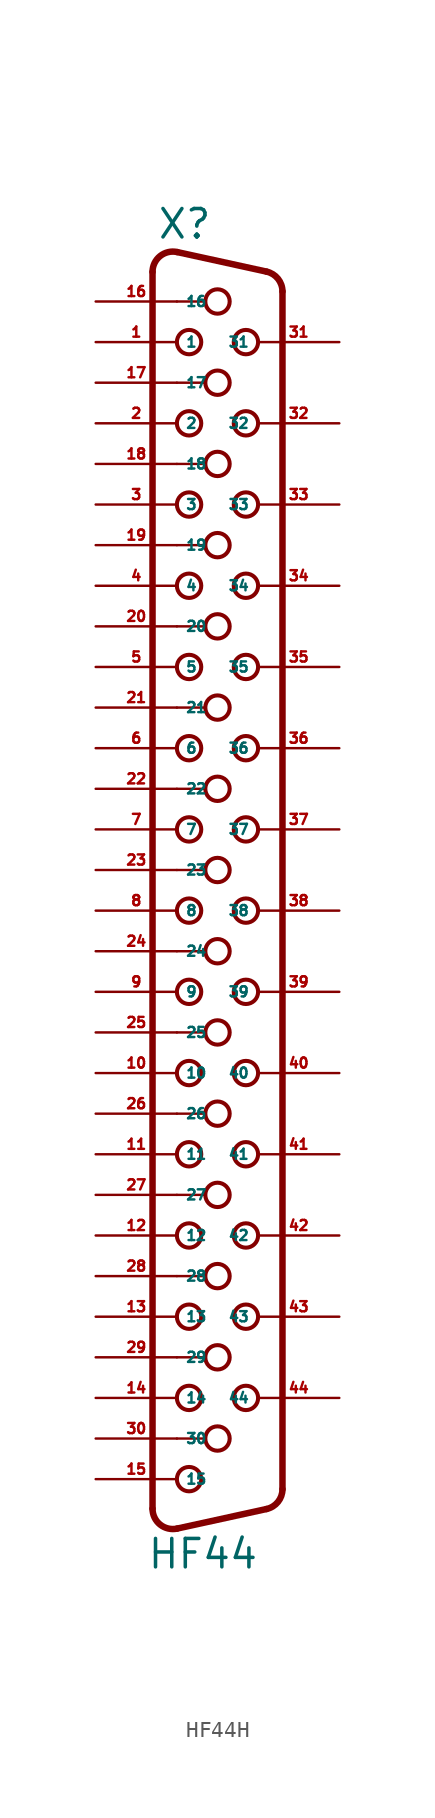
<source format=kicad_sym>
(kicad_symbol_lib
  (version 20220914)
  (generator Eagle2Kicad)
  (symbol "HF44H"
    (property "Reference" "X"
      (at -3.81 36.83 0)
      (effects (font (size 1.778 1.778) (thickness 0.22)) (justify left bottom)))
    (property "Value" "HF44"
      (at -4.445 -46.355 0)
      (effects (font (size 1.778 1.778) (thickness 0.22)) (justify left bottom)))
    (arc
      (start -2.5226 36.112)
      (mid -3.590 35.861)
      (end -4.064 34.8712)
      (stroke (width 0.4064) (type default))
      (fill (type none)))
    (polyline
      (pts (xy -2.523 36.112) (xy 3.065 34.889))
      (stroke (width 0.406) (type default))
      (fill (type none)))
    (arc
      (start 4.0642 33.6488)
      (mid 3.783 34.445)
      (end 3.0654 34.8895)
      (stroke (width 0.4064) (type default))
      (fill (type none)))
    (polyline
      (pts (xy 4.064 -41.269) (xy 4.064 33.649))
      (stroke (width 0.406) (type default))
      (fill (type none)))
    (arc
      (start 3.0654 -42.5094)
      (mid 3.783 -42.065)
      (end 4.064 -41.2688)
      (stroke (width 0.4064) (type default))
      (fill (type none)))
    (polyline
      (pts (xy -4.064 -42.491) (xy -4.064 34.871))
      (stroke (width 0.406) (type default))
      (fill (type none)))
    (polyline
      (pts (xy -2.523 -43.732) (xy 3.065 -42.509))
      (stroke (width 0.406) (type default))
      (fill (type none)))
    (arc
      (start -4.064 -42.4912)
      (mid -3.590 -43.481)
      (end -2.5226 -43.7319)
      (stroke (width 0.4064) (type default))
      (fill (type none)))
    (polyline
      (pts (xy -2.54 33.02) (xy -0.762 33.02))
      (stroke (width 0.152) (type default))
      (fill (type none)))
    (polyline
      (pts (xy -2.54 27.94) (xy -0.762 27.94))
      (stroke (width 0.152) (type default))
      (fill (type none)))
    (polyline
      (pts (xy -2.54 22.86) (xy -0.762 22.86))
      (stroke (width 0.152) (type default))
      (fill (type none)))
    (polyline
      (pts (xy -2.54 17.78) (xy -0.762 17.78))
      (stroke (width 0.152) (type default))
      (fill (type none)))
    (polyline
      (pts (xy -2.54 12.7) (xy -0.762 12.7))
      (stroke (width 0.152) (type default))
      (fill (type none)))
    (polyline
      (pts (xy -2.54 7.62) (xy -0.762 7.62))
      (stroke (width 0.152) (type default))
      (fill (type none)))
    (polyline
      (pts (xy -2.54 2.54) (xy -0.762 2.54))
      (stroke (width 0.152) (type default))
      (fill (type none)))
    (polyline
      (pts (xy -2.54 -2.54) (xy -0.762 -2.54))
      (stroke (width 0.152) (type default))
      (fill (type none)))
    (polyline
      (pts (xy -2.54 -7.62) (xy -0.762 -7.62))
      (stroke (width 0.152) (type default))
      (fill (type none)))
    (polyline
      (pts (xy -2.54 -17.78) (xy -0.762 -17.78))
      (stroke (width 0.152) (type default))
      (fill (type none)))
    (polyline
      (pts (xy -2.54 -22.86) (xy -0.762 -22.86))
      (stroke (width 0.152) (type default))
      (fill (type none)))
    (polyline
      (pts (xy -2.54 -27.94) (xy -0.762 -27.94))
      (stroke (width 0.152) (type default))
      (fill (type none)))
    (polyline
      (pts (xy -2.54 -33.02) (xy -0.762 -33.02))
      (stroke (width 0.152) (type default))
      (fill (type none)))
    (polyline
      (pts (xy -2.54 -38.1) (xy -0.762 -38.1))
      (stroke (width 0.152) (type default))
      (fill (type none)))
    (polyline
      (pts (xy -2.54 -12.7) (xy -0.762 -12.7))
      (stroke (width 0.152) (type default))
      (fill (type none)))
    (circle
      (center 0 33.02)
      (radius 0.762)
      (stroke (width 0.254) (type default))
      (fill (type none)))
    (circle
      (center -1.778 30.48)
      (radius 0.762)
      (stroke (width 0.254) (type default))
      (fill (type none)))
    (circle
      (center 1.778 30.48)
      (radius 0.762)
      (stroke (width 0.254) (type default))
      (fill (type none)))
    (circle
      (center -1.778 25.4)
      (radius 0.762)
      (stroke (width 0.254) (type default))
      (fill (type none)))
    (circle
      (center 1.778 25.4)
      (radius 0.762)
      (stroke (width 0.254) (type default))
      (fill (type none)))
    (circle
      (center -1.778 20.32)
      (radius 0.762)
      (stroke (width 0.254) (type default))
      (fill (type none)))
    (circle
      (center 1.778 20.32)
      (radius 0.762)
      (stroke (width 0.254) (type default))
      (fill (type none)))
    (circle
      (center -1.778 15.24)
      (radius 0.762)
      (stroke (width 0.254) (type default))
      (fill (type none)))
    (circle
      (center 1.778 15.24)
      (radius 0.762)
      (stroke (width 0.254) (type default))
      (fill (type none)))
    (circle
      (center -1.778 10.16)
      (radius 0.762)
      (stroke (width 0.254) (type default))
      (fill (type none)))
    (circle
      (center 0 27.94)
      (radius 0.762)
      (stroke (width 0.254) (type default))
      (fill (type none)))
    (circle
      (center 0 22.86)
      (radius 0.762)
      (stroke (width 0.254) (type default))
      (fill (type none)))
    (circle
      (center 0 17.78)
      (radius 0.762)
      (stroke (width 0.254) (type default))
      (fill (type none)))
    (circle
      (center 0 12.7)
      (radius 0.762)
      (stroke (width 0.254) (type default))
      (fill (type none)))
    (circle
      (center 0 7.62)
      (radius 0.762)
      (stroke (width 0.254) (type default))
      (fill (type none)))
    (circle
      (center 1.778 10.16)
      (radius 0.762)
      (stroke (width 0.254) (type default))
      (fill (type none)))
    (circle
      (center -1.778 5.08)
      (radius 0.762)
      (stroke (width 0.254) (type default))
      (fill (type none)))
    (circle
      (center 1.778 5.08)
      (radius 0.762)
      (stroke (width 0.254) (type default))
      (fill (type none)))
    (circle
      (center -1.778 0)
      (radius 0.762)
      (stroke (width 0.254) (type default))
      (fill (type none)))
    (circle
      (center 1.778 0)
      (radius 0.762)
      (stroke (width 0.254) (type default))
      (fill (type none)))
    (circle
      (center -1.778 -5.08)
      (radius 0.762)
      (stroke (width 0.254) (type default))
      (fill (type none)))
    (circle
      (center 1.778 -5.08)
      (radius 0.762)
      (stroke (width 0.254) (type default))
      (fill (type none)))
    (circle
      (center -1.778 -10.16)
      (radius 0.762)
      (stroke (width 0.254) (type default))
      (fill (type none)))
    (circle
      (center 0 2.54)
      (radius 0.762)
      (stroke (width 0.254) (type default))
      (fill (type none)))
    (circle
      (center 0 -2.54)
      (radius 0.762)
      (stroke (width 0.254) (type default))
      (fill (type none)))
    (circle
      (center 0 -7.62)
      (radius 0.762)
      (stroke (width 0.254) (type default))
      (fill (type none)))
    (circle
      (center 1.778 -10.16)
      (radius 0.762)
      (stroke (width 0.254) (type default))
      (fill (type none)))
    (circle
      (center -1.778 -15.24)
      (radius 0.762)
      (stroke (width 0.254) (type default))
      (fill (type none)))
    (circle
      (center 1.778 -15.24)
      (radius 0.762)
      (stroke (width 0.254) (type default))
      (fill (type none)))
    (circle
      (center -1.778 -20.32)
      (radius 0.762)
      (stroke (width 0.254) (type default))
      (fill (type none)))
    (circle
      (center 1.778 -20.32)
      (radius 0.762)
      (stroke (width 0.254) (type default))
      (fill (type none)))
    (circle
      (center -1.778 -25.4)
      (radius 0.762)
      (stroke (width 0.254) (type default))
      (fill (type none)))
    (circle
      (center 1.778 -25.4)
      (radius 0.762)
      (stroke (width 0.254) (type default))
      (fill (type none)))
    (circle
      (center -1.778 -30.48)
      (radius 0.762)
      (stroke (width 0.254) (type default))
      (fill (type none)))
    (circle
      (center 0 -17.78)
      (radius 0.762)
      (stroke (width 0.254) (type default))
      (fill (type none)))
    (circle
      (center 0 -22.86)
      (radius 0.762)
      (stroke (width 0.254) (type default))
      (fill (type none)))
    (circle
      (center 0 -27.94)
      (radius 0.762)
      (stroke (width 0.254) (type default))
      (fill (type none)))
    (circle
      (center 0 -33.02)
      (radius 0.762)
      (stroke (width 0.254) (type default))
      (fill (type none)))
    (circle
      (center 1.778 -30.48)
      (radius 0.762)
      (stroke (width 0.254) (type default))
      (fill (type none)))
    (circle
      (center -1.778 -35.56)
      (radius 0.762)
      (stroke (width 0.254) (type default))
      (fill (type none)))
    (circle
      (center 1.778 -35.56)
      (radius 0.762)
      (stroke (width 0.254) (type default))
      (fill (type none)))
    (circle
      (center -1.778 -40.64)
      (radius 0.762)
      (stroke (width 0.254) (type default))
      (fill (type none)))
    (circle
      (center 0 -38.1)
      (radius 0.762)
      (stroke (width 0.254) (type default))
      (fill (type none)))
    (circle
      (center 0 -12.7)
      (radius 0.762)
      (stroke (width 0.254) (type default))
      (fill (type none)))
    (pin passive line
      (at -7.62 30.48 0)
      (length 5.08)
      (name "1" (effects (font (size 0.635 0.635) (thickness 0.08)) (justify left bottom)))
      (number "1" (effects (font (size 0.635 0.635) (thickness 0.08)) (justify left bottom))))
    (pin passive line
      (at -7.62 25.4 0)
      (length 5.08)
      (name "2" (effects (font (size 0.635 0.635) (thickness 0.08)) (justify left bottom)))
      (number "2" (effects (font (size 0.635 0.635) (thickness 0.08)) (justify left bottom))))
    (pin passive line
      (at -7.62 20.32 0)
      (length 5.08)
      (name "3" (effects (font (size 0.635 0.635) (thickness 0.08)) (justify left bottom)))
      (number "3" (effects (font (size 0.635 0.635) (thickness 0.08)) (justify left bottom))))
    (pin passive line
      (at -7.62 15.24 0)
      (length 5.08)
      (name "4" (effects (font (size 0.635 0.635) (thickness 0.08)) (justify left bottom)))
      (number "4" (effects (font (size 0.635 0.635) (thickness 0.08)) (justify left bottom))))
    (pin passive line
      (at -7.62 10.16 0)
      (length 5.08)
      (name "5" (effects (font (size 0.635 0.635) (thickness 0.08)) (justify left bottom)))
      (number "5" (effects (font (size 0.635 0.635) (thickness 0.08)) (justify left bottom))))
    (pin passive line
      (at -7.62 5.08 0)
      (length 5.08)
      (name "6" (effects (font (size 0.635 0.635) (thickness 0.08)) (justify left bottom)))
      (number "6" (effects (font (size 0.635 0.635) (thickness 0.08)) (justify left bottom))))
    (pin passive line
      (at -7.62 0 0)
      (length 5.08)
      (name "7" (effects (font (size 0.635 0.635) (thickness 0.08)) (justify left bottom)))
      (number "7" (effects (font (size 0.635 0.635) (thickness 0.08)) (justify left bottom))))
    (pin passive line
      (at -7.62 -5.08 0)
      (length 5.08)
      (name "8" (effects (font (size 0.635 0.635) (thickness 0.08)) (justify left bottom)))
      (number "8" (effects (font (size 0.635 0.635) (thickness 0.08)) (justify left bottom))))
    (pin passive line
      (at -7.62 -10.16 0)
      (length 5.08)
      (name "9" (effects (font (size 0.635 0.635) (thickness 0.08)) (justify left bottom)))
      (number "9" (effects (font (size 0.635 0.635) (thickness 0.08)) (justify left bottom))))
    (pin passive line
      (at -7.62 -15.24 0)
      (length 5.08)
      (name "10" (effects (font (size 0.635 0.635) (thickness 0.08)) (justify left bottom)))
      (number "10" (effects (font (size 0.635 0.635) (thickness 0.08)) (justify left bottom))))
    (pin passive line
      (at -7.62 -20.32 0)
      (length 5.08)
      (name "11" (effects (font (size 0.635 0.635) (thickness 0.08)) (justify left bottom)))
      (number "11" (effects (font (size 0.635 0.635) (thickness 0.08)) (justify left bottom))))
    (pin passive line
      (at -7.62 -25.4 0)
      (length 5.08)
      (name "12" (effects (font (size 0.635 0.635) (thickness 0.08)) (justify left bottom)))
      (number "12" (effects (font (size 0.635 0.635) (thickness 0.08)) (justify left bottom))))
    (pin passive line
      (at -7.62 -30.48 0)
      (length 5.08)
      (name "13" (effects (font (size 0.635 0.635) (thickness 0.08)) (justify left bottom)))
      (number "13" (effects (font (size 0.635 0.635) (thickness 0.08)) (justify left bottom))))
    (pin passive line
      (at -7.62 -35.56 0)
      (length 5.08)
      (name "14" (effects (font (size 0.635 0.635) (thickness 0.08)) (justify left bottom)))
      (number "14" (effects (font (size 0.635 0.635) (thickness 0.08)) (justify left bottom))))
    (pin passive line
      (at -7.62 -40.64 0)
      (length 5.08)
      (name "15" (effects (font (size 0.635 0.635) (thickness 0.08)) (justify left bottom)))
      (number "15" (effects (font (size 0.635 0.635) (thickness 0.08)) (justify left bottom))))
    (pin passive line
      (at -7.62 33.02 0)
      (length 5.08)
      (name "16" (effects (font (size 0.635 0.635) (thickness 0.08)) (justify left bottom)))
      (number "16" (effects (font (size 0.635 0.635) (thickness 0.08)) (justify left bottom))))
    (pin passive line
      (at -7.62 27.94 0)
      (length 5.08)
      (name "17" (effects (font (size 0.635 0.635) (thickness 0.08)) (justify left bottom)))
      (number "17" (effects (font (size 0.635 0.635) (thickness 0.08)) (justify left bottom))))
    (pin passive line
      (at -7.62 22.86 0)
      (length 5.08)
      (name "18" (effects (font (size 0.635 0.635) (thickness 0.08)) (justify left bottom)))
      (number "18" (effects (font (size 0.635 0.635) (thickness 0.08)) (justify left bottom))))
    (pin passive line
      (at -7.62 17.78 0)
      (length 5.08)
      (name "19" (effects (font (size 0.635 0.635) (thickness 0.08)) (justify left bottom)))
      (number "19" (effects (font (size 0.635 0.635) (thickness 0.08)) (justify left bottom))))
    (pin passive line
      (at -7.62 12.7 0)
      (length 5.08)
      (name "20" (effects (font (size 0.635 0.635) (thickness 0.08)) (justify left bottom)))
      (number "20" (effects (font (size 0.635 0.635) (thickness 0.08)) (justify left bottom))))
    (pin passive line
      (at -7.62 7.62 0)
      (length 5.08)
      (name "21" (effects (font (size 0.635 0.635) (thickness 0.08)) (justify left bottom)))
      (number "21" (effects (font (size 0.635 0.635) (thickness 0.08)) (justify left bottom))))
    (pin passive line
      (at -7.62 2.54 0)
      (length 5.08)
      (name "22" (effects (font (size 0.635 0.635) (thickness 0.08)) (justify left bottom)))
      (number "22" (effects (font (size 0.635 0.635) (thickness 0.08)) (justify left bottom))))
    (pin passive line
      (at -7.62 -2.54 0)
      (length 5.08)
      (name "23" (effects (font (size 0.635 0.635) (thickness 0.08)) (justify left bottom)))
      (number "23" (effects (font (size 0.635 0.635) (thickness 0.08)) (justify left bottom))))
    (pin passive line
      (at -7.62 -7.62 0)
      (length 5.08)
      (name "24" (effects (font (size 0.635 0.635) (thickness 0.08)) (justify left bottom)))
      (number "24" (effects (font (size 0.635 0.635) (thickness 0.08)) (justify left bottom))))
    (pin passive line
      (at -7.62 -12.7 0)
      (length 5.08)
      (name "25" (effects (font (size 0.635 0.635) (thickness 0.08)) (justify left bottom)))
      (number "25" (effects (font (size 0.635 0.635) (thickness 0.08)) (justify left bottom))))
    (pin passive line
      (at -7.62 -17.78 0)
      (length 5.08)
      (name "26" (effects (font (size 0.635 0.635) (thickness 0.08)) (justify left bottom)))
      (number "26" (effects (font (size 0.635 0.635) (thickness 0.08)) (justify left bottom))))
    (pin passive line
      (at -7.62 -22.86 0)
      (length 5.08)
      (name "27" (effects (font (size 0.635 0.635) (thickness 0.08)) (justify left bottom)))
      (number "27" (effects (font (size 0.635 0.635) (thickness 0.08)) (justify left bottom))))
    (pin passive line
      (at -7.62 -27.94 0)
      (length 5.08)
      (name "28" (effects (font (size 0.635 0.635) (thickness 0.08)) (justify left bottom)))
      (number "28" (effects (font (size 0.635 0.635) (thickness 0.08)) (justify left bottom))))
    (pin passive line
      (at -7.62 -33.02 0)
      (length 5.08)
      (name "29" (effects (font (size 0.635 0.635) (thickness 0.08)) (justify left bottom)))
      (number "29" (effects (font (size 0.635 0.635) (thickness 0.08)) (justify left bottom))))
    (pin passive line
      (at -7.62 -38.1 0)
      (length 5.08)
      (name "30" (effects (font (size 0.635 0.635) (thickness 0.08)) (justify left bottom)))
      (number "30" (effects (font (size 0.635 0.635) (thickness 0.08)) (justify left bottom))))
    (pin passive line
      (at 7.62 30.48 180)
      (length 5.08)
      (name "31" (effects (font (size 0.635 0.635) (thickness 0.08)) (justify left bottom)))
      (number "31" (effects (font (size 0.635 0.635) (thickness 0.08)) (justify left bottom))))
    (pin passive line
      (at 7.62 25.4 180)
      (length 5.08)
      (name "32" (effects (font (size 0.635 0.635) (thickness 0.08)) (justify left bottom)))
      (number "32" (effects (font (size 0.635 0.635) (thickness 0.08)) (justify left bottom))))
    (pin passive line
      (at 7.62 20.32 180)
      (length 5.08)
      (name "33" (effects (font (size 0.635 0.635) (thickness 0.08)) (justify left bottom)))
      (number "33" (effects (font (size 0.635 0.635) (thickness 0.08)) (justify left bottom))))
    (pin passive line
      (at 7.62 15.24 180)
      (length 5.08)
      (name "34" (effects (font (size 0.635 0.635) (thickness 0.08)) (justify left bottom)))
      (number "34" (effects (font (size 0.635 0.635) (thickness 0.08)) (justify left bottom))))
    (pin passive line
      (at 7.62 10.16 180)
      (length 5.08)
      (name "35" (effects (font (size 0.635 0.635) (thickness 0.08)) (justify left bottom)))
      (number "35" (effects (font (size 0.635 0.635) (thickness 0.08)) (justify left bottom))))
    (pin passive line
      (at 7.62 5.08 180)
      (length 5.08)
      (name "36" (effects (font (size 0.635 0.635) (thickness 0.08)) (justify left bottom)))
      (number "36" (effects (font (size 0.635 0.635) (thickness 0.08)) (justify left bottom))))
    (pin passive line
      (at 7.62 0 180)
      (length 5.08)
      (name "37" (effects (font (size 0.635 0.635) (thickness 0.08)) (justify left bottom)))
      (number "37" (effects (font (size 0.635 0.635) (thickness 0.08)) (justify left bottom))))
    (pin passive line
      (at 7.62 -5.08 180)
      (length 5.08)
      (name "38" (effects (font (size 0.635 0.635) (thickness 0.08)) (justify left bottom)))
      (number "38" (effects (font (size 0.635 0.635) (thickness 0.08)) (justify left bottom))))
    (pin passive line
      (at 7.62 -10.16 180)
      (length 5.08)
      (name "39" (effects (font (size 0.635 0.635) (thickness 0.08)) (justify left bottom)))
      (number "39" (effects (font (size 0.635 0.635) (thickness 0.08)) (justify left bottom))))
    (pin passive line
      (at 7.62 -15.24 180)
      (length 5.08)
      (name "40" (effects (font (size 0.635 0.635) (thickness 0.08)) (justify left bottom)))
      (number "40" (effects (font (size 0.635 0.635) (thickness 0.08)) (justify left bottom))))
    (pin passive line
      (at 7.62 -20.32 180)
      (length 5.08)
      (name "41" (effects (font (size 0.635 0.635) (thickness 0.08)) (justify left bottom)))
      (number "41" (effects (font (size 0.635 0.635) (thickness 0.08)) (justify left bottom))))
    (pin passive line
      (at 7.62 -25.4 180)
      (length 5.08)
      (name "42" (effects (font (size 0.635 0.635) (thickness 0.08)) (justify left bottom)))
      (number "42" (effects (font (size 0.635 0.635) (thickness 0.08)) (justify left bottom))))
    (pin passive line
      (at 7.62 -30.48 180)
      (length 5.08)
      (name "43" (effects (font (size 0.635 0.635) (thickness 0.08)) (justify left bottom)))
      (number "43" (effects (font (size 0.635 0.635) (thickness 0.08)) (justify left bottom))))
    (pin passive line
      (at 7.62 -35.56 180)
      (length 5.08)
      (name "44" (effects (font (size 0.635 0.635) (thickness 0.08)) (justify left bottom)))
      (number "44" (effects (font (size 0.635 0.635) (thickness 0.08)) (justify left bottom))))))
</source>
